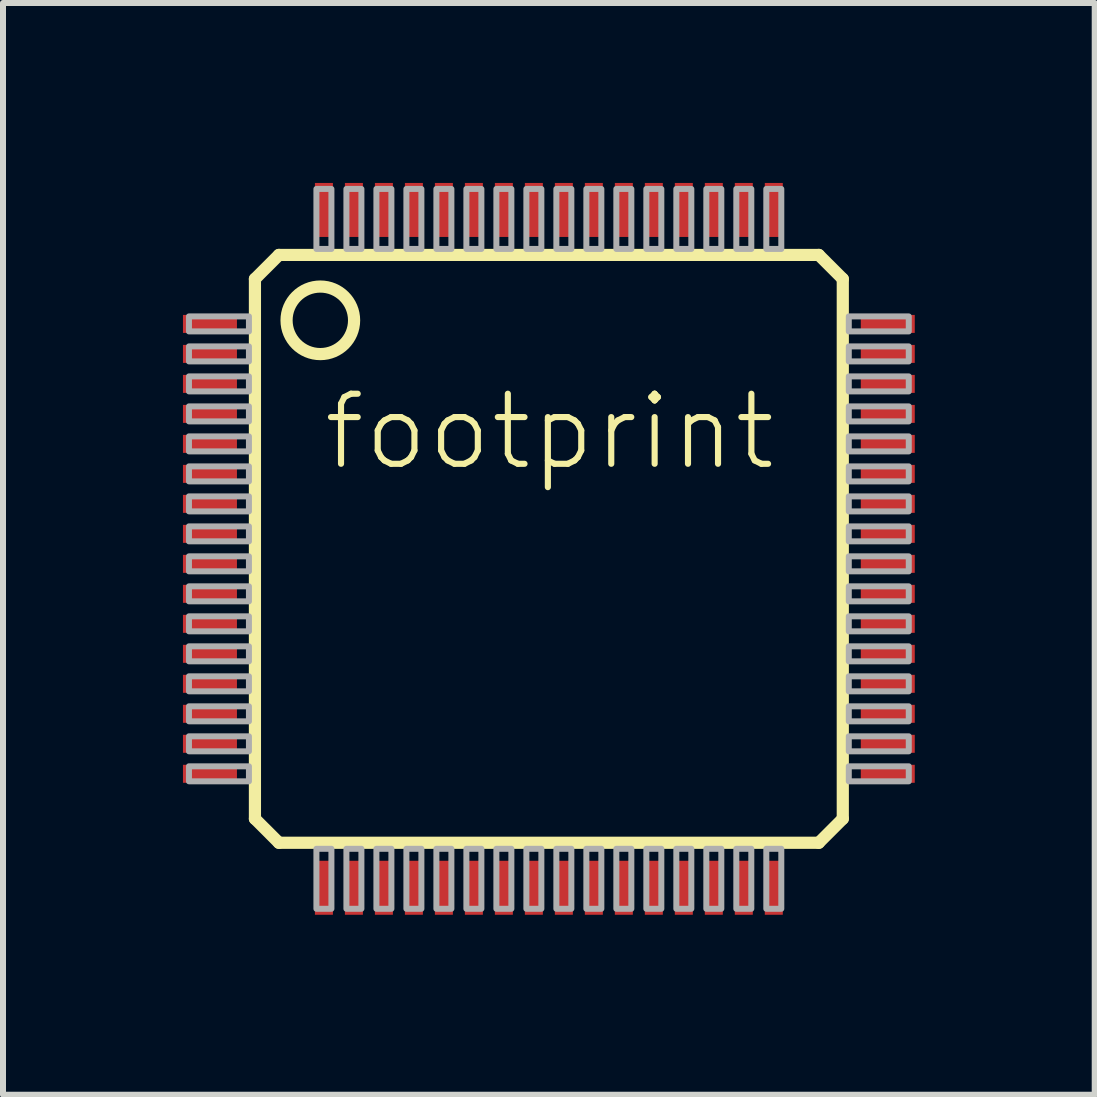
<source format=kicad_pcb>
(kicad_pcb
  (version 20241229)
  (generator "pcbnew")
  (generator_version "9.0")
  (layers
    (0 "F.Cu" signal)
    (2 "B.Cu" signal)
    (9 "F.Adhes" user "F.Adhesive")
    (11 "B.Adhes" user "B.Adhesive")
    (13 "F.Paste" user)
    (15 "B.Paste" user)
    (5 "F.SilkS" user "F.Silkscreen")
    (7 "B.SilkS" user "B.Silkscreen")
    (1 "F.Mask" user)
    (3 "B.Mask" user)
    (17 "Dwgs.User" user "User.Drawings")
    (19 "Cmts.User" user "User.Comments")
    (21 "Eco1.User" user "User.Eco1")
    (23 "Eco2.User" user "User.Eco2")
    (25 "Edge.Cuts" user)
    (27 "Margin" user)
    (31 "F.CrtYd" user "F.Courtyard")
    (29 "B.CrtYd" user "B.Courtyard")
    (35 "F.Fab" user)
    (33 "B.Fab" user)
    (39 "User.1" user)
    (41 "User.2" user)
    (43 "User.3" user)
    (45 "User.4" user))
  (footprint "footprint"
    (layer "F.Cu")
    (at 6.1 6.1)
    (property "Reference" "footprint" (at -3.81 -1.27 0) (layer "F.SilkS") (effects (font (size 1.168 1.168) (thickness 0.102)) (justify left bottom)))
    (fp_line (start -4.9 -4.5) (end -4.5 -4.9) (stroke (width 0.203) (type solid)) (layer "F.SilkS"))
    (fp_line (start -4.9 4.5) (end -4.9 -4.5) (stroke (width 0.203) (type solid)) (layer "F.SilkS"))
    (fp_line (start -4.5 -4.9) (end 4.5 -4.9) (stroke (width 0.203) (type solid)) (layer "F.SilkS"))
    (fp_line (start -4.5 4.9) (end -4.9 4.5) (stroke (width 0.203) (type solid)) (layer "F.SilkS"))
    (fp_line (start 4.5 -4.9) (end 4.9 -4.5) (stroke (width 0.203) (type solid)) (layer "F.SilkS"))
    (fp_line (start 4.5 4.9) (end -4.5 4.9) (stroke (width 0.203) (type solid)) (layer "F.SilkS"))
    (fp_line (start 4.9 -4.5) (end 4.9 4.5) (stroke (width 0.203) (type solid)) (layer "F.SilkS"))
    (fp_line (start 4.9 4.5) (end 4.5 4.9) (stroke (width 0.203) (type solid)) (layer "F.SilkS"))
    (fp_circle (center -3.81 -3.81) (end -3.247 -3.81) (stroke (width 0.203) (type solid)) (fill no) (layer "F.SilkS"))
    (fp_poly (pts (xy -6 -3.625) (xy -5 -3.625) (xy -5 -3.875) (xy -6 -3.875)) (stroke (width 0.1) (type solid)) (fill no) (layer "F.Fab"))
    (fp_poly (pts (xy -6 -3.125) (xy -5 -3.125) (xy -5 -3.375) (xy -6 -3.375)) (stroke (width 0.1) (type solid)) (fill no) (layer "F.Fab"))
    (fp_poly (pts (xy -6 -2.625) (xy -5 -2.625) (xy -5 -2.875) (xy -6 -2.875)) (stroke (width 0.1) (type solid)) (fill no) (layer "F.Fab"))
    (fp_poly (pts (xy -6 -2.125) (xy -5 -2.125) (xy -5 -2.375) (xy -6 -2.375)) (stroke (width 0.1) (type solid)) (fill no) (layer "F.Fab"))
    (fp_poly (pts (xy -6 -1.625) (xy -5 -1.625) (xy -5 -1.875) (xy -6 -1.875)) (stroke (width 0.1) (type solid)) (fill no) (layer "F.Fab"))
    (fp_poly (pts (xy -6 -1.125) (xy -5 -1.125) (xy -5 -1.375) (xy -6 -1.375)) (stroke (width 0.1) (type solid)) (fill no) (layer "F.Fab"))
    (fp_poly (pts (xy -6 -0.625) (xy -5 -0.625) (xy -5 -0.875) (xy -6 -0.875)) (stroke (width 0.1) (type solid)) (fill no) (layer "F.Fab"))
    (fp_poly (pts (xy -6 -0.125) (xy -5 -0.125) (xy -5 -0.375) (xy -6 -0.375)) (stroke (width 0.1) (type solid)) (fill no) (layer "F.Fab"))
    (fp_poly (pts (xy -6 0.375) (xy -5 0.375) (xy -5 0.125) (xy -6 0.125)) (stroke (width 0.1) (type solid)) (fill no) (layer "F.Fab"))
    (fp_poly (pts (xy -6 0.875) (xy -5 0.875) (xy -5 0.625) (xy -6 0.625)) (stroke (width 0.1) (type solid)) (fill no) (layer "F.Fab"))
    (fp_poly (pts (xy -6 1.375) (xy -5 1.375) (xy -5 1.125) (xy -6 1.125)) (stroke (width 0.1) (type solid)) (fill no) (layer "F.Fab"))
    (fp_poly (pts (xy -6 1.875) (xy -5 1.875) (xy -5 1.625) (xy -6 1.625)) (stroke (width 0.1) (type solid)) (fill no) (layer "F.Fab"))
    (fp_poly (pts (xy -6 2.375) (xy -5 2.375) (xy -5 2.125) (xy -6 2.125)) (stroke (width 0.1) (type solid)) (fill no) (layer "F.Fab"))
    (fp_poly (pts (xy -6 2.875) (xy -5 2.875) (xy -5 2.625) (xy -6 2.625)) (stroke (width 0.1) (type solid)) (fill no) (layer "F.Fab"))
    (fp_poly (pts (xy -6 3.375) (xy -5 3.375) (xy -5 3.125) (xy -6 3.125)) (stroke (width 0.1) (type solid)) (fill no) (layer "F.Fab"))
    (fp_poly (pts (xy -6 3.875) (xy -5 3.875) (xy -5 3.625) (xy -6 3.625)) (stroke (width 0.1) (type solid)) (fill no) (layer "F.Fab"))
    (fp_poly (pts (xy -3.875 -6) (xy -3.875 -5) (xy -3.625 -5) (xy -3.625 -6)) (stroke (width 0.1) (type solid)) (fill no) (layer "F.Fab"))
    (fp_poly (pts (xy -3.625 6) (xy -3.625 5) (xy -3.875 5) (xy -3.875 6)) (stroke (width 0.1) (type solid)) (fill no) (layer "F.Fab"))
    (fp_poly (pts (xy -3.375 -6) (xy -3.375 -5) (xy -3.125 -5) (xy -3.125 -6)) (stroke (width 0.1) (type solid)) (fill no) (layer "F.Fab"))
    (fp_poly (pts (xy -3.125 6) (xy -3.125 5) (xy -3.375 5) (xy -3.375 6)) (stroke (width 0.1) (type solid)) (fill no) (layer "F.Fab"))
    (fp_poly (pts (xy -2.875 -6) (xy -2.875 -5) (xy -2.625 -5) (xy -2.625 -6)) (stroke (width 0.1) (type solid)) (fill no) (layer "F.Fab"))
    (fp_poly (pts (xy -2.625 6) (xy -2.625 5) (xy -2.875 5) (xy -2.875 6)) (stroke (width 0.1) (type solid)) (fill no) (layer "F.Fab"))
    (fp_poly (pts (xy -2.375 -6) (xy -2.375 -5) (xy -2.125 -5) (xy -2.125 -6)) (stroke (width 0.1) (type solid)) (fill no) (layer "F.Fab"))
    (fp_poly (pts (xy -2.125 6) (xy -2.125 5) (xy -2.375 5) (xy -2.375 6)) (stroke (width 0.1) (type solid)) (fill no) (layer "F.Fab"))
    (fp_poly (pts (xy -1.875 -6) (xy -1.875 -5) (xy -1.625 -5) (xy -1.625 -6)) (stroke (width 0.1) (type solid)) (fill no) (layer "F.Fab"))
    (fp_poly (pts (xy -1.625 6) (xy -1.625 5) (xy -1.875 5) (xy -1.875 6)) (stroke (width 0.1) (type solid)) (fill no) (layer "F.Fab"))
    (fp_poly (pts (xy -1.375 -6) (xy -1.375 -5) (xy -1.125 -5) (xy -1.125 -6)) (stroke (width 0.1) (type solid)) (fill no) (layer "F.Fab"))
    (fp_poly (pts (xy -1.125 6) (xy -1.125 5) (xy -1.375 5) (xy -1.375 6)) (stroke (width 0.1) (type solid)) (fill no) (layer "F.Fab"))
    (fp_poly (pts (xy -0.875 -6) (xy -0.875 -5) (xy -0.625 -5) (xy -0.625 -6)) (stroke (width 0.1) (type solid)) (fill no) (layer "F.Fab"))
    (fp_poly (pts (xy -0.625 6) (xy -0.625 5) (xy -0.875 5) (xy -0.875 6)) (stroke (width 0.1) (type solid)) (fill no) (layer "F.Fab"))
    (fp_poly (pts (xy -0.375 -6) (xy -0.375 -5) (xy -0.125 -5) (xy -0.125 -6)) (stroke (width 0.1) (type solid)) (fill no) (layer "F.Fab"))
    (fp_poly (pts (xy -0.125 6) (xy -0.125 5) (xy -0.375 5) (xy -0.375 6)) (stroke (width 0.1) (type solid)) (fill no) (layer "F.Fab"))
    (fp_poly (pts (xy 0.125 -6) (xy 0.125 -5) (xy 0.375 -5) (xy 0.375 -6)) (stroke (width 0.1) (type solid)) (fill no) (layer "F.Fab"))
    (fp_poly (pts (xy 0.375 6) (xy 0.375 5) (xy 0.125 5) (xy 0.125 6)) (stroke (width 0.1) (type solid)) (fill no) (layer "F.Fab"))
    (fp_poly (pts (xy 0.625 -6) (xy 0.625 -5) (xy 0.875 -5) (xy 0.875 -6)) (stroke (width 0.1) (type solid)) (fill no) (layer "F.Fab"))
    (fp_poly (pts (xy 0.875 6) (xy 0.875 5) (xy 0.625 5) (xy 0.625 6)) (stroke (width 0.1) (type solid)) (fill no) (layer "F.Fab"))
    (fp_poly (pts (xy 1.125 -6) (xy 1.125 -5) (xy 1.375 -5) (xy 1.375 -6)) (stroke (width 0.1) (type solid)) (fill no) (layer "F.Fab"))
    (fp_poly (pts (xy 1.375 6) (xy 1.375 5) (xy 1.125 5) (xy 1.125 6)) (stroke (width 0.1) (type solid)) (fill no) (layer "F.Fab"))
    (fp_poly (pts (xy 1.625 -6) (xy 1.625 -5) (xy 1.875 -5) (xy 1.875 -6)) (stroke (width 0.1) (type solid)) (fill no) (layer "F.Fab"))
    (fp_poly (pts (xy 1.875 6) (xy 1.875 5) (xy 1.625 5) (xy 1.625 6)) (stroke (width 0.1) (type solid)) (fill no) (layer "F.Fab"))
    (fp_poly (pts (xy 2.125 -6) (xy 2.125 -5) (xy 2.375 -5) (xy 2.375 -6)) (stroke (width 0.1) (type solid)) (fill no) (layer "F.Fab"))
    (fp_poly (pts (xy 2.375 6) (xy 2.375 5) (xy 2.125 5) (xy 2.125 6)) (stroke (width 0.1) (type solid)) (fill no) (layer "F.Fab"))
    (fp_poly (pts (xy 2.625 -6) (xy 2.625 -5) (xy 2.875 -5) (xy 2.875 -6)) (stroke (width 0.1) (type solid)) (fill no) (layer "F.Fab"))
    (fp_poly (pts (xy 2.875 6) (xy 2.875 5) (xy 2.625 5) (xy 2.625 6)) (stroke (width 0.1) (type solid)) (fill no) (layer "F.Fab"))
    (fp_poly (pts (xy 3.125 -6) (xy 3.125 -5) (xy 3.375 -5) (xy 3.375 -6)) (stroke (width 0.1) (type solid)) (fill no) (layer "F.Fab"))
    (fp_poly (pts (xy 3.375 6) (xy 3.375 5) (xy 3.125 5) (xy 3.125 6)) (stroke (width 0.1) (type solid)) (fill no) (layer "F.Fab"))
    (fp_poly (pts (xy 3.625 -6) (xy 3.625 -5) (xy 3.875 -5) (xy 3.875 -6)) (stroke (width 0.1) (type solid)) (fill no) (layer "F.Fab"))
    (fp_poly (pts (xy 3.875 6) (xy 3.875 5) (xy 3.625 5) (xy 3.625 6)) (stroke (width 0.1) (type solid)) (fill no) (layer "F.Fab"))
    (fp_poly (pts (xy 6 -3.875) (xy 5 -3.875) (xy 5 -3.625) (xy 6 -3.625)) (stroke (width 0.1) (type solid)) (fill no) (layer "F.Fab"))
    (fp_poly (pts (xy 6 -3.375) (xy 5 -3.375) (xy 5 -3.125) (xy 6 -3.125)) (stroke (width 0.1) (type solid)) (fill no) (layer "F.Fab"))
    (fp_poly (pts (xy 6 -2.875) (xy 5 -2.875) (xy 5 -2.625) (xy 6 -2.625)) (stroke (width 0.1) (type solid)) (fill no) (layer "F.Fab"))
    (fp_poly (pts (xy 6 -2.375) (xy 5 -2.375) (xy 5 -2.125) (xy 6 -2.125)) (stroke (width 0.1) (type solid)) (fill no) (layer "F.Fab"))
    (fp_poly (pts (xy 6 -1.875) (xy 5 -1.875) (xy 5 -1.625) (xy 6 -1.625)) (stroke (width 0.1) (type solid)) (fill no) (layer "F.Fab"))
    (fp_poly (pts (xy 6 -1.375) (xy 5 -1.375) (xy 5 -1.125) (xy 6 -1.125)) (stroke (width 0.1) (type solid)) (fill no) (layer "F.Fab"))
    (fp_poly (pts (xy 6 -0.875) (xy 5 -0.875) (xy 5 -0.625) (xy 6 -0.625)) (stroke (width 0.1) (type solid)) (fill no) (layer "F.Fab"))
    (fp_poly (pts (xy 6 -0.375) (xy 5 -0.375) (xy 5 -0.125) (xy 6 -0.125)) (stroke (width 0.1) (type solid)) (fill no) (layer "F.Fab"))
    (fp_poly (pts (xy 6 0.125) (xy 5 0.125) (xy 5 0.375) (xy 6 0.375)) (stroke (width 0.1) (type solid)) (fill no) (layer "F.Fab"))
    (fp_poly (pts (xy 6 0.625) (xy 5 0.625) (xy 5 0.875) (xy 6 0.875)) (stroke (width 0.1) (type solid)) (fill no) (layer "F.Fab"))
    (fp_poly (pts (xy 6 1.125) (xy 5 1.125) (xy 5 1.375) (xy 6 1.375)) (stroke (width 0.1) (type solid)) (fill no) (layer "F.Fab"))
    (fp_poly (pts (xy 6 1.625) (xy 5 1.625) (xy 5 1.875) (xy 6 1.875)) (stroke (width 0.1) (type solid)) (fill no) (layer "F.Fab"))
    (fp_poly (pts (xy 6 2.125) (xy 5 2.125) (xy 5 2.375) (xy 6 2.375)) (stroke (width 0.1) (type solid)) (fill no) (layer "F.Fab"))
    (fp_poly (pts (xy 6 2.625) (xy 5 2.625) (xy 5 2.875) (xy 6 2.875)) (stroke (width 0.1) (type solid)) (fill no) (layer "F.Fab"))
    (fp_poly (pts (xy 6 3.125) (xy 5 3.125) (xy 5 3.375) (xy 6 3.375)) (stroke (width 0.1) (type solid)) (fill no) (layer "F.Fab"))
    (fp_poly (pts (xy 6 3.625) (xy 5 3.625) (xy 5 3.875) (xy 6 3.875)) (stroke (width 0.1) (type solid)) (fill no) (layer "F.Fab"))
    (pad "1" smd rect (at -5.65 -3.75) (size 0.9 0.3) (layers "F.Cu" "F.Mask" "F.Paste"))
    (pad "2" smd rect (at -5.65 -3.25) (size 0.9 0.3) (layers "F.Cu" "F.Mask" "F.Paste"))
    (pad "3" smd rect (at -5.65 -2.75) (size 0.9 0.3) (layers "F.Cu" "F.Mask" "F.Paste"))
    (pad "4" smd rect (at -5.65 -2.25) (size 0.9 0.3) (layers "F.Cu" "F.Mask" "F.Paste"))
    (pad "5" smd rect (at -5.65 -1.75) (size 0.9 0.3) (layers "F.Cu" "F.Mask" "F.Paste"))
    (pad "6" smd rect (at -5.65 -1.25) (size 0.9 0.3) (layers "F.Cu" "F.Mask" "F.Paste"))
    (pad "7" smd rect (at -5.65 -0.75) (size 0.9 0.3) (layers "F.Cu" "F.Mask" "F.Paste"))
    (pad "8" smd rect (at -5.65 -0.25) (size 0.9 0.3) (layers "F.Cu" "F.Mask" "F.Paste"))
    (pad "9" smd rect (at -5.65 0.25) (size 0.9 0.3) (layers "F.Cu" "F.Mask" "F.Paste"))
    (pad "10" smd rect (at -5.65 0.75) (size 0.9 0.3) (layers "F.Cu" "F.Mask" "F.Paste"))
    (pad "11" smd rect (at -5.65 1.25) (size 0.9 0.3) (layers "F.Cu" "F.Mask" "F.Paste"))
    (pad "12" smd rect (at -5.65 1.75) (size 0.9 0.3) (layers "F.Cu" "F.Mask" "F.Paste"))
    (pad "13" smd rect (at -5.65 2.25) (size 0.9 0.3) (layers "F.Cu" "F.Mask" "F.Paste"))
    (pad "14" smd rect (at -5.65 2.75) (size 0.9 0.3) (layers "F.Cu" "F.Mask" "F.Paste"))
    (pad "15" smd rect (at -5.65 3.25) (size 0.9 0.3) (layers "F.Cu" "F.Mask" "F.Paste"))
    (pad "16" smd rect (at -5.65 3.75) (size 0.9 0.3) (layers "F.Cu" "F.Mask" "F.Paste"))
    (pad "17" smd rect (at -3.75 5.65 90) (size 0.9 0.3) (layers "F.Cu" "F.Mask" "F.Paste"))
    (pad "18" smd rect (at -3.25 5.65 90) (size 0.9 0.3) (layers "F.Cu" "F.Mask" "F.Paste"))
    (pad "19" smd rect (at -2.75 5.65 90) (size 0.9 0.3) (layers "F.Cu" "F.Mask" "F.Paste"))
    (pad "20" smd rect (at -2.25 5.65 90) (size 0.9 0.3) (layers "F.Cu" "F.Mask" "F.Paste"))
    (pad "21" smd rect (at -1.75 5.65 90) (size 0.9 0.3) (layers "F.Cu" "F.Mask" "F.Paste"))
    (pad "22" smd rect (at -1.25 5.65 90) (size 0.9 0.3) (layers "F.Cu" "F.Mask" "F.Paste"))
    (pad "23" smd rect (at -0.75 5.65 90) (size 0.9 0.3) (layers "F.Cu" "F.Mask" "F.Paste"))
    (pad "24" smd rect (at -0.25 5.65 90) (size 0.9 0.3) (layers "F.Cu" "F.Mask" "F.Paste"))
    (pad "25" smd rect (at 0.25 5.65 90) (size 0.9 0.3) (layers "F.Cu" "F.Mask" "F.Paste"))
    (pad "26" smd rect (at 0.75 5.65 90) (size 0.9 0.3) (layers "F.Cu" "F.Mask" "F.Paste"))
    (pad "27" smd rect (at 1.25 5.65 90) (size 0.9 0.3) (layers "F.Cu" "F.Mask" "F.Paste"))
    (pad "28" smd rect (at 1.75 5.65 90) (size 0.9 0.3) (layers "F.Cu" "F.Mask" "F.Paste"))
    (pad "29" smd rect (at 2.25 5.65 90) (size 0.9 0.3) (layers "F.Cu" "F.Mask" "F.Paste"))
    (pad "30" smd rect (at 2.75 5.65 90) (size 0.9 0.3) (layers "F.Cu" "F.Mask" "F.Paste"))
    (pad "31" smd rect (at 3.25 5.65 90) (size 0.9 0.3) (layers "F.Cu" "F.Mask" "F.Paste"))
    (pad "32" smd rect (at 3.75 5.65 90) (size 0.9 0.3) (layers "F.Cu" "F.Mask" "F.Paste"))
    (pad "33" smd rect (at 5.65 3.75 180) (size 0.9 0.3) (layers "F.Cu" "F.Mask" "F.Paste"))
    (pad "34" smd rect (at 5.65 3.25 180) (size 0.9 0.3) (layers "F.Cu" "F.Mask" "F.Paste"))
    (pad "35" smd rect (at 5.65 2.75 180) (size 0.9 0.3) (layers "F.Cu" "F.Mask" "F.Paste"))
    (pad "36" smd rect (at 5.65 2.25 180) (size 0.9 0.3) (layers "F.Cu" "F.Mask" "F.Paste"))
    (pad "37" smd rect (at 5.65 1.75 180) (size 0.9 0.3) (layers "F.Cu" "F.Mask" "F.Paste"))
    (pad "38" smd rect (at 5.65 1.25 180) (size 0.9 0.3) (layers "F.Cu" "F.Mask" "F.Paste"))
    (pad "39" smd rect (at 5.65 0.75 180) (size 0.9 0.3) (layers "F.Cu" "F.Mask" "F.Paste"))
    (pad "40" smd rect (at 5.65 0.25 180) (size 0.9 0.3) (layers "F.Cu" "F.Mask" "F.Paste"))
    (pad "41" smd rect (at 5.65 -0.25 180) (size 0.9 0.3) (layers "F.Cu" "F.Mask" "F.Paste"))
    (pad "42" smd rect (at 5.65 -0.75 180) (size 0.9 0.3) (layers "F.Cu" "F.Mask" "F.Paste"))
    (pad "43" smd rect (at 5.65 -1.25 180) (size 0.9 0.3) (layers "F.Cu" "F.Mask" "F.Paste"))
    (pad "44" smd rect (at 5.65 -1.75 180) (size 0.9 0.3) (layers "F.Cu" "F.Mask" "F.Paste"))
    (pad "45" smd rect (at 5.65 -2.25 180) (size 0.9 0.3) (layers "F.Cu" "F.Mask" "F.Paste"))
    (pad "46" smd rect (at 5.65 -2.75 180) (size 0.9 0.3) (layers "F.Cu" "F.Mask" "F.Paste"))
    (pad "47" smd rect (at 5.65 -3.25 180) (size 0.9 0.3) (layers "F.Cu" "F.Mask" "F.Paste"))
    (pad "48" smd rect (at 5.65 -3.75 180) (size 0.9 0.3) (layers "F.Cu" "F.Mask" "F.Paste"))
    (pad "49" smd rect (at 3.75 -5.65 270) (size 0.9 0.3) (layers "F.Cu" "F.Mask" "F.Paste"))
    (pad "50" smd rect (at 3.25 -5.65 270) (size 0.9 0.3) (layers "F.Cu" "F.Mask" "F.Paste"))
    (pad "51" smd rect (at 2.75 -5.65 270) (size 0.9 0.3) (layers "F.Cu" "F.Mask" "F.Paste"))
    (pad "52" smd rect (at 2.25 -5.65 270) (size 0.9 0.3) (layers "F.Cu" "F.Mask" "F.Paste"))
    (pad "53" smd rect (at 1.75 -5.65 270) (size 0.9 0.3) (layers "F.Cu" "F.Mask" "F.Paste"))
    (pad "54" smd rect (at 1.25 -5.65 270) (size 0.9 0.3) (layers "F.Cu" "F.Mask" "F.Paste"))
    (pad "55" smd rect (at 0.75 -5.65 270) (size 0.9 0.3) (layers "F.Cu" "F.Mask" "F.Paste"))
    (pad "56" smd rect (at 0.25 -5.65 270) (size 0.9 0.3) (layers "F.Cu" "F.Mask" "F.Paste"))
    (pad "57" smd rect (at -0.25 -5.65 270) (size 0.9 0.3) (layers "F.Cu" "F.Mask" "F.Paste"))
    (pad "58" smd rect (at -0.75 -5.65 270) (size 0.9 0.3) (layers "F.Cu" "F.Mask" "F.Paste"))
    (pad "59" smd rect (at -1.25 -5.65 270) (size 0.9 0.3) (layers "F.Cu" "F.Mask" "F.Paste"))
    (pad "60" smd rect (at -1.75 -5.65 270) (size 0.9 0.3) (layers "F.Cu" "F.Mask" "F.Paste"))
    (pad "61" smd rect (at -2.25 -5.65 270) (size 0.9 0.3) (layers "F.Cu" "F.Mask" "F.Paste"))
    (pad "62" smd rect (at -2.75 -5.65 270) (size 0.9 0.3) (layers "F.Cu" "F.Mask" "F.Paste"))
    (pad "63" smd rect (at -3.25 -5.65 270) (size 0.9 0.3) (layers "F.Cu" "F.Mask" "F.Paste"))
    (pad "64" smd rect (at -3.75 -5.65 270) (size 0.9 0.3) (layers "F.Cu" "F.Mask" "F.Paste")))
  (gr_rect
    (start -3 -3)
    (end 15.2 15.2)
    (stroke (width 0.1) (type default))
    (fill no)
    (layer "Edge.Cuts")))
</source>
